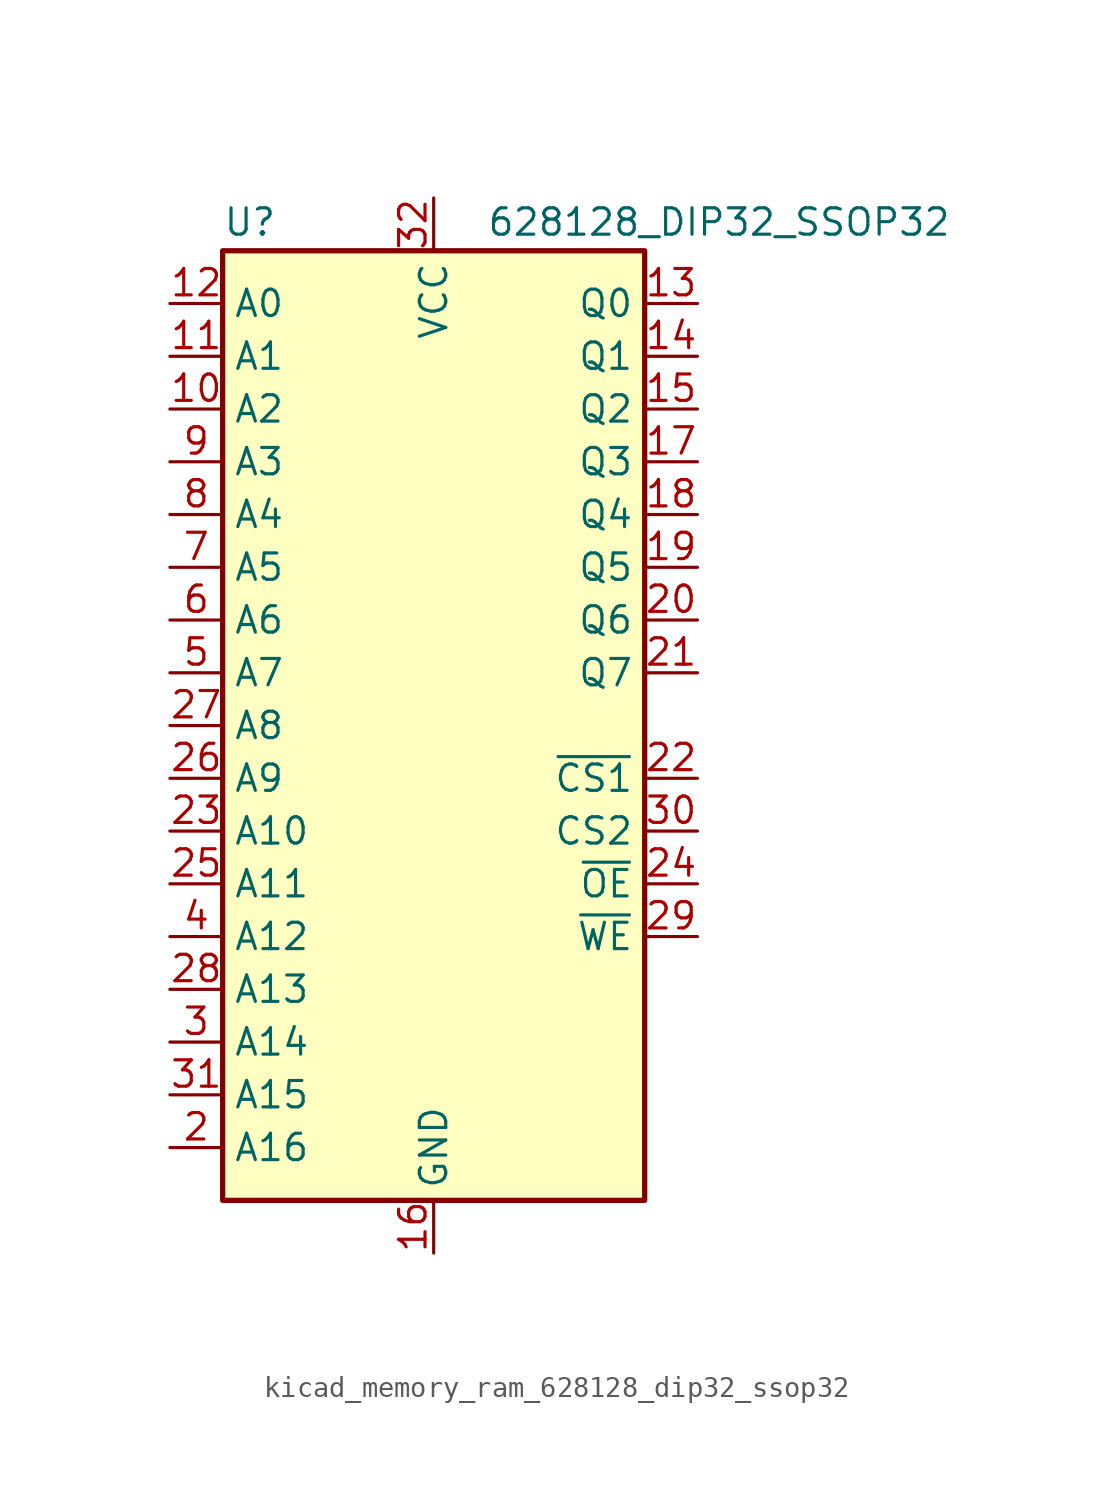
<source format=kicad_sym>
(kicad_symbol_lib
  (version 20220914)
  (generator kicad_symbol_editor)
  (symbol "kicad_memory_ram_628128_dip32_ssop32"
    (property "Reference" "U"
      (at -10.16 23.495 0)
      (effects (font (size 1.27 1.27)) (justify left bottom)))
    (property "Value" "628128_DIP32_SSOP32"
      (at 2.54 23.495 0)
      (effects (font (size 1.27 1.27)) (justify left bottom)))
    (symbol "kicad_memory_ram_628128_dip32_ssop32_0_0"
      (pin power_in line (at 0 -25.4 90) (length 2.54) (name "GND" (effects (font (size 1.27 1.27)))) (number "16" (effects (font (size 1.27 1.27)))))
      (pin power_in line (at 0 25.4 270) (length 2.54) (name "VCC" (effects (font (size 1.27 1.27)))) (number "32" (effects (font (size 1.27 1.27))))))
    (symbol "kicad_memory_ram_628128_dip32_ssop32_0_1"
      (rectangle (start -10.16 22.86) (end 10.16 -22.86) (stroke (width 0.254) (type default)) (fill (type background))))
    (symbol "kicad_memory_ram_628128_dip32_ssop32_1_1"
      (pin no_connect line (at 10.16 -20.32 180) (length 2.54) hide (name "NC" (effects (font (size 1.27 1.27)))) (number "1" (effects (font (size 1.27 1.27)))))
      (pin input line (at -12.7 15.24 0) (length 2.54) (name "A2" (effects (font (size 1.27 1.27)))) (number "10" (effects (font (size 1.27 1.27)))))
      (pin input line (at -12.7 17.78 0) (length 2.54) (name "A1" (effects (font (size 1.27 1.27)))) (number "11" (effects (font (size 1.27 1.27)))))
      (pin input line (at -12.7 20.32 0) (length 2.54) (name "A0" (effects (font (size 1.27 1.27)))) (number "12" (effects (font (size 1.27 1.27)))))
      (pin tri_state line (at 12.7 20.32 180) (length 2.54) (name "Q0" (effects (font (size 1.27 1.27)))) (number "13" (effects (font (size 1.27 1.27)))))
      (pin tri_state line (at 12.7 17.78 180) (length 2.54) (name "Q1" (effects (font (size 1.27 1.27)))) (number "14" (effects (font (size 1.27 1.27)))))
      (pin tri_state line (at 12.7 15.24 180) (length 2.54) (name "Q2" (effects (font (size 1.27 1.27)))) (number "15" (effects (font (size 1.27 1.27)))))
      (pin tri_state line (at 12.7 12.7 180) (length 2.54) (name "Q3" (effects (font (size 1.27 1.27)))) (number "17" (effects (font (size 1.27 1.27)))))
      (pin tri_state line (at 12.7 10.16 180) (length 2.54) (name "Q4" (effects (font (size 1.27 1.27)))) (number "18" (effects (font (size 1.27 1.27)))))
      (pin tri_state line (at 12.7 7.62 180) (length 2.54) (name "Q5" (effects (font (size 1.27 1.27)))) (number "19" (effects (font (size 1.27 1.27)))))
      (pin input line (at -12.7 -20.32 0) (length 2.54) (name "A16" (effects (font (size 1.27 1.27)))) (number "2" (effects (font (size 1.27 1.27)))))
      (pin tri_state line (at 12.7 5.08 180) (length 2.54) (name "Q6" (effects (font (size 1.27 1.27)))) (number "20" (effects (font (size 1.27 1.27)))))
      (pin tri_state line (at 12.7 2.54 180) (length 2.54) (name "Q7" (effects (font (size 1.27 1.27)))) (number "21" (effects (font (size 1.27 1.27)))))
      (pin input line (at 12.7 -2.54 180) (length 2.54) (name "~{CS1}" (effects (font (size 1.27 1.27)))) (number "22" (effects (font (size 1.27 1.27)))))
      (pin input line (at -12.7 -5.08 0) (length 2.54) (name "A10" (effects (font (size 1.27 1.27)))) (number "23" (effects (font (size 1.27 1.27)))))
      (pin input line (at 12.7 -7.62 180) (length 2.54) (name "~{OE}" (effects (font (size 1.27 1.27)))) (number "24" (effects (font (size 1.27 1.27)))))
      (pin input line (at -12.7 -7.62 0) (length 2.54) (name "A11" (effects (font (size 1.27 1.27)))) (number "25" (effects (font (size 1.27 1.27)))))
      (pin input line (at -12.7 -2.54 0) (length 2.54) (name "A9" (effects (font (size 1.27 1.27)))) (number "26" (effects (font (size 1.27 1.27)))))
      (pin input line (at -12.7 0 0) (length 2.54) (name "A8" (effects (font (size 1.27 1.27)))) (number "27" (effects (font (size 1.27 1.27)))))
      (pin input line (at -12.7 -12.7 0) (length 2.54) (name "A13" (effects (font (size 1.27 1.27)))) (number "28" (effects (font (size 1.27 1.27)))))
      (pin input line (at 12.7 -10.16 180) (length 2.54) (name "~{WE}" (effects (font (size 1.27 1.27)))) (number "29" (effects (font (size 1.27 1.27)))))
      (pin input line (at -12.7 -15.24 0) (length 2.54) (name "A14" (effects (font (size 1.27 1.27)))) (number "3" (effects (font (size 1.27 1.27)))))
      (pin input line (at 12.7 -5.08 180) (length 2.54) (name "CS2" (effects (font (size 1.27 1.27)))) (number "30" (effects (font (size 1.27 1.27)))))
      (pin input line (at -12.7 -17.78 0) (length 2.54) (name "A15" (effects (font (size 1.27 1.27)))) (number "31" (effects (font (size 1.27 1.27)))))
      (pin input line (at -12.7 -10.16 0) (length 2.54) (name "A12" (effects (font (size 1.27 1.27)))) (number "4" (effects (font (size 1.27 1.27)))))
      (pin input line (at -12.7 2.54 0) (length 2.54) (name "A7" (effects (font (size 1.27 1.27)))) (number "5" (effects (font (size 1.27 1.27)))))
      (pin input line (at -12.7 5.08 0) (length 2.54) (name "A6" (effects (font (size 1.27 1.27)))) (number "6" (effects (font (size 1.27 1.27)))))
      (pin input line (at -12.7 7.62 0) (length 2.54) (name "A5" (effects (font (size 1.27 1.27)))) (number "7" (effects (font (size 1.27 1.27)))))
      (pin input line (at -12.7 10.16 0) (length 2.54) (name "A4" (effects (font (size 1.27 1.27)))) (number "8" (effects (font (size 1.27 1.27)))))
      (pin input line (at -12.7 12.7 0) (length 2.54) (name "A3" (effects (font (size 1.27 1.27)))) (number "9" (effects (font (size 1.27 1.27))))))))
</source>
